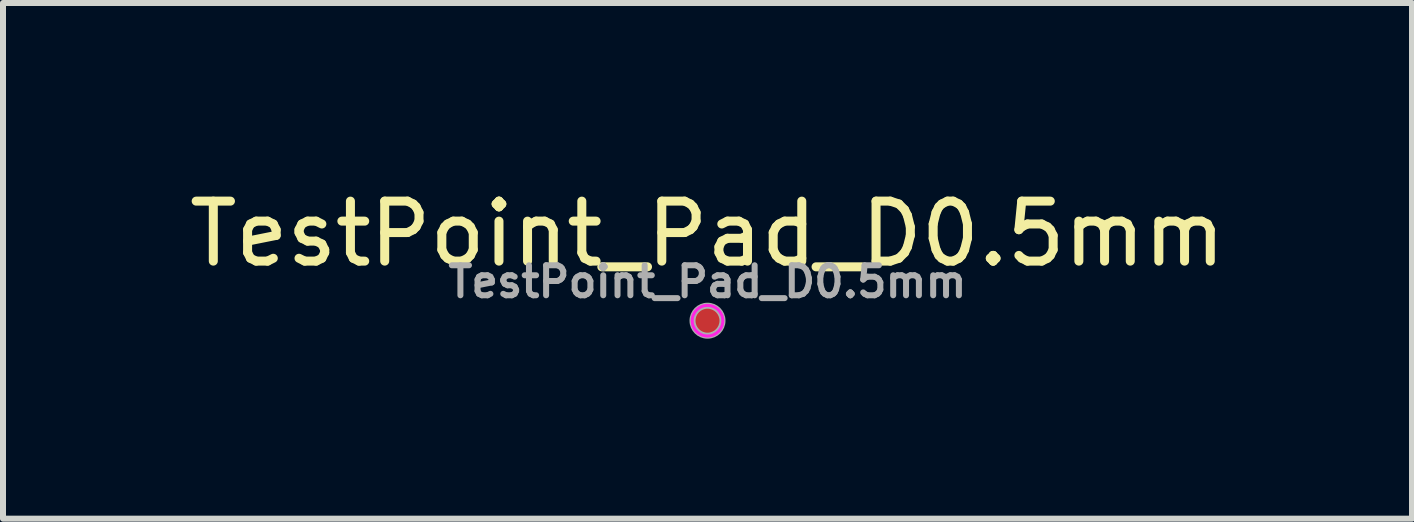
<source format=kicad_pcb>
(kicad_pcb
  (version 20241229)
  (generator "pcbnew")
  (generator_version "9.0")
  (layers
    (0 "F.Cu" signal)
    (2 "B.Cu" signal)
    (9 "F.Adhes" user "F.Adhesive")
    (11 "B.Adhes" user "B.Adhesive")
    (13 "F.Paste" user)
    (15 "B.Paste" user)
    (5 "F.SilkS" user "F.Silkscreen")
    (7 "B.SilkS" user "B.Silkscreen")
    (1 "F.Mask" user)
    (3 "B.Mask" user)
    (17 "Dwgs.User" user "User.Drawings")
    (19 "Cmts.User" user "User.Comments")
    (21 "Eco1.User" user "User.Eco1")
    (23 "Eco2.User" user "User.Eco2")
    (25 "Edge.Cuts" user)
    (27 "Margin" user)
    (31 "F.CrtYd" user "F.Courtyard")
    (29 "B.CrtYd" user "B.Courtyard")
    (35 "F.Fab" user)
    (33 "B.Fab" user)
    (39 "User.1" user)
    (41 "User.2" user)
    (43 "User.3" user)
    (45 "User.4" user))
  (footprint "TestPoint_Pad_D0.5mm"
    (layer "F.Cu")
    (at 8.744 2.296)
    (property "Reference" "TestPoint_Pad_D0.5mm" (at 0 -1.448 0) (layer "F.SilkS") (effects (font (size 1 1) (thickness 0.15))))
    (attr exclude_from_pos_files exclude_from_bom)
    (fp_circle (center 0 0) (end 0.25 -0.05) (stroke (width 0.05) (type solid)) (fill no) (layer "F.CrtYd"))
    (fp_circle (center 0 0) (end 0.25 0) (stroke (width 0.1) (type solid)) (fill no) (layer "F.Fab"))
    (fp_text user "${REFERENCE}" (at 0 -0.65 0) (layer "F.Fab") (effects (font (size 0.5 0.5) (thickness 0.1))))
    (pad "1" smd circle (at 0 0) (size 0.5 0.5) (property pad_prop_testpoint) (layers "F.Cu" "F.Mask")))
  (gr_rect
    (start -3 -3)
    (end 20.488 5.596)
    (stroke (width 0.1) (type default))
    (fill no)
    (layer "Edge.Cuts")))
</source>
